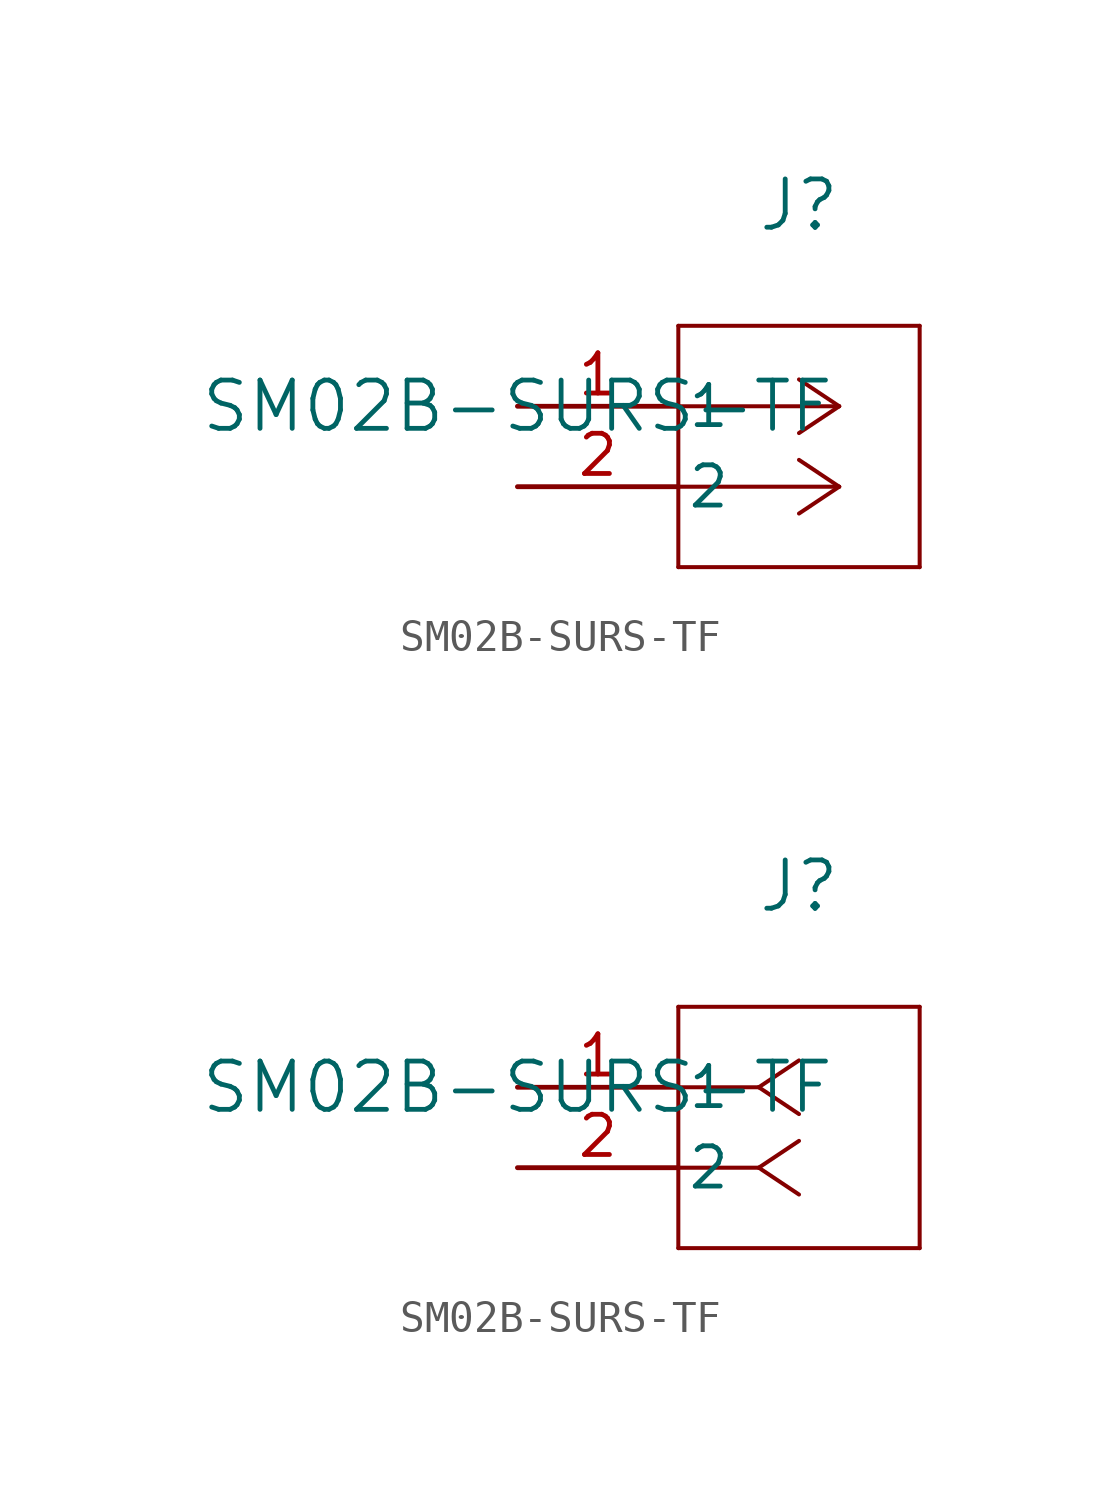
<source format=kicad_sym>
(kicad_symbol_lib
  (version 20211014)
  (generator kicad_symbol_editor)
  (symbol "SM02B-SURS-TF"
    (pin_names
      (offset 0.254))
    (property "Reference" "J"
      (at 8.89 6.35 0)
      (effects (font (size 1.524 1.524))))
    (property "Value" "SM02B-SURS-TF"
      (at 0 0 0)
      (effects (font (size 1.524 1.524))))
    (symbol "SM02B-SURS-TF_1_1"
      (polyline (pts (xy 10.16 0) (xy 5.08 0)) (stroke (width 0.127) (type default) (color 0 0 0 0)) (fill (type none)))
      (polyline (pts (xy 10.16 -2.54) (xy 5.08 -2.54)) (stroke (width 0.127) (type default) (color 0 0 0 0)) (fill (type none)))
      (polyline (pts (xy 10.16 0) (xy 8.89 0.847)) (stroke (width 0.127) (type default) (color 0 0 0 0)) (fill (type none)))
      (polyline (pts (xy 10.16 -2.54) (xy 8.89 -1.693)) (stroke (width 0.127) (type default) (color 0 0 0 0)) (fill (type none)))
      (polyline (pts (xy 10.16 0) (xy 8.89 -0.847)) (stroke (width 0.127) (type default) (color 0 0 0 0)) (fill (type none)))
      (polyline (pts (xy 10.16 -2.54) (xy 8.89 -3.387)) (stroke (width 0.127) (type default) (color 0 0 0 0)) (fill (type none)))
      (polyline (pts (xy 5.08 2.54) (xy 5.08 -5.08)) (stroke (width 0.127) (type default) (color 0 0 0 0)) (fill (type none)))
      (polyline (pts (xy 5.08 -5.08) (xy 12.7 -5.08)) (stroke (width 0.127) (type default) (color 0 0 0 0)) (fill (type none)))
      (polyline (pts (xy 12.7 -5.08) (xy 12.7 2.54)) (stroke (width 0.127) (type default) (color 0 0 0 0)) (fill (type none)))
      (polyline (pts (xy 12.7 2.54) (xy 5.08 2.54)) (stroke (width 0.127) (type default) (color 0 0 0 0)) (fill (type none)))
      (pin unspecified line (at 0 0 0) (length 5.08) (name "1" (effects (font (size 1.27 1.27)))) (number "1" (effects (font (size 1.27 1.27)))))
      (pin unspecified line (at 0 -2.54 0) (length 5.08) (name "2" (effects (font (size 1.27 1.27)))) (number "2" (effects (font (size 1.27 1.27))))))
    (symbol "SM02B-SURS-TF_1_2"
      (polyline (pts (xy 7.62 0) (xy 5.08 0)) (stroke (width 0.127) (type default) (color 0 0 0 0)) (fill (type none)))
      (polyline (pts (xy 7.62 -2.54) (xy 5.08 -2.54)) (stroke (width 0.127) (type default) (color 0 0 0 0)) (fill (type none)))
      (polyline (pts (xy 7.62 0) (xy 8.89 0.847)) (stroke (width 0.127) (type default) (color 0 0 0 0)) (fill (type none)))
      (polyline (pts (xy 7.62 -2.54) (xy 8.89 -1.693)) (stroke (width 0.127) (type default) (color 0 0 0 0)) (fill (type none)))
      (polyline (pts (xy 7.62 0) (xy 8.89 -0.847)) (stroke (width 0.127) (type default) (color 0 0 0 0)) (fill (type none)))
      (polyline (pts (xy 7.62 -2.54) (xy 8.89 -3.387)) (stroke (width 0.127) (type default) (color 0 0 0 0)) (fill (type none)))
      (polyline (pts (xy 5.08 2.54) (xy 5.08 -5.08)) (stroke (width 0.127) (type default) (color 0 0 0 0)) (fill (type none)))
      (polyline (pts (xy 5.08 -5.08) (xy 12.7 -5.08)) (stroke (width 0.127) (type default) (color 0 0 0 0)) (fill (type none)))
      (polyline (pts (xy 12.7 -5.08) (xy 12.7 2.54)) (stroke (width 0.127) (type default) (color 0 0 0 0)) (fill (type none)))
      (polyline (pts (xy 12.7 2.54) (xy 5.08 2.54)) (stroke (width 0.127) (type default) (color 0 0 0 0)) (fill (type none)))
      (pin unspecified line (at 0 0 0) (length 5.08) (name "1" (effects (font (size 1.27 1.27)))) (number "1" (effects (font (size 1.27 1.27)))))
      (pin unspecified line (at 0 -2.54 0) (length 5.08) (name "2" (effects (font (size 1.27 1.27)))) (number "2" (effects (font (size 1.27 1.27))))))))
</source>
